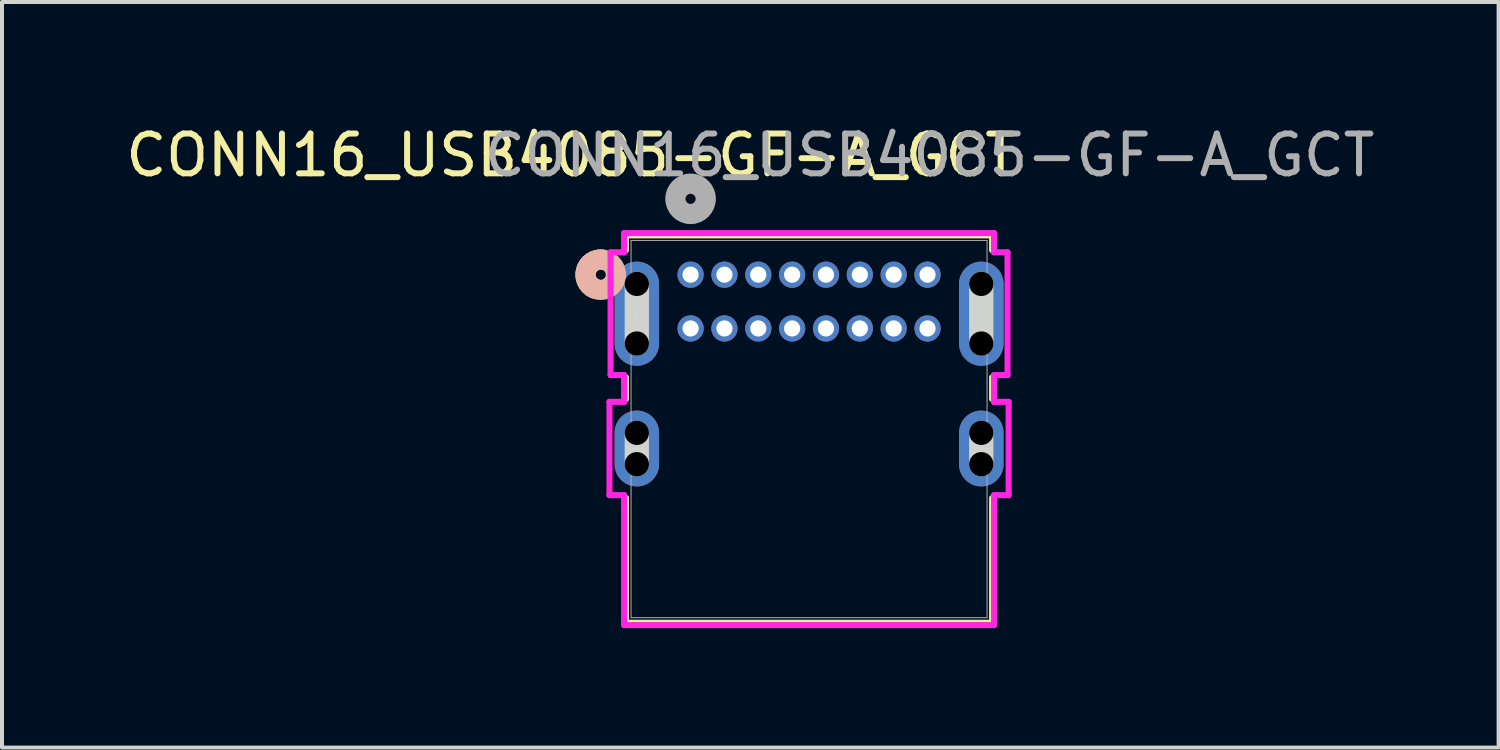
<source format=kicad_pcb>
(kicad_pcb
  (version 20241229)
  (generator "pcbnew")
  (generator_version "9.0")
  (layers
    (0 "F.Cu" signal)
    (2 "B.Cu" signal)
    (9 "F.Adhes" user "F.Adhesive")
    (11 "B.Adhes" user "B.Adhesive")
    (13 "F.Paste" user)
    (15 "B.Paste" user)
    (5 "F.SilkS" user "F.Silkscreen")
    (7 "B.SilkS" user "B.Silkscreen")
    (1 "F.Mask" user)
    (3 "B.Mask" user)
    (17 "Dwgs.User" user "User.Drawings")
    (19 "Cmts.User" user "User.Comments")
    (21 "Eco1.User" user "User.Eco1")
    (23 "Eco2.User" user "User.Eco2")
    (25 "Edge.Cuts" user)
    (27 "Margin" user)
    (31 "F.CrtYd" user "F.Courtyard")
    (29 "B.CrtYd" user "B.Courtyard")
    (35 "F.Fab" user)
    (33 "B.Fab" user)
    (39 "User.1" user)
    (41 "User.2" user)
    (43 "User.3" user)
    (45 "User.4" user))
  (footprint "CONN16_USB4085-GF-A_GCT"
    (layer "F.Cu")
    (at 14.292 3.848)
    (property "Reference" "CONN16_USB4085-GF-A_GCT" (at -3 -3 0) (unlocked yes) (layer "F.SilkS") (effects (font (size 1 1) (thickness 0.15))))
    (attr through_hole)
    (fp_line (start -1.622 -0.987) (end -1.622 -0.618) (stroke (width 0.152) (type solid)) (layer "F.SilkS"))
    (fp_line (start -1.622 2.578) (end -1.622 3.122) (stroke (width 0.152) (type solid)) (layer "F.SilkS"))
    (fp_line (start -1.622 5.608) (end -1.622 8.741) (stroke (width 0.152) (type solid)) (layer "F.SilkS"))
    (fp_line (start -1.622 8.741) (end 7.572 8.741) (stroke (width 0.152) (type solid)) (layer "F.SilkS"))
    (fp_line (start 7.572 -0.987) (end -1.622 -0.987) (stroke (width 0.152) (type solid)) (layer "F.SilkS"))
    (fp_line (start 7.572 -0.618) (end 7.572 -0.987) (stroke (width 0.152) (type solid)) (layer "F.SilkS"))
    (fp_line (start 7.572 3.122) (end 7.572 2.578) (stroke (width 0.152) (type solid)) (layer "F.SilkS"))
    (fp_line (start 7.572 8.741) (end 7.572 5.608) (stroke (width 0.152) (type solid)) (layer "F.SilkS"))
    (fp_arc (start -2.41934 0.344872) (mid -2.625765 -0.097305) (end -2.2279 -0.379856) (stroke (width 0.508) (type solid)) (layer "F.SilkS"))
    (fp_circle (center -2.257 0) (end -1.876 0) (stroke (width 0.508) (type solid)) (fill no) (layer "B.SilkS"))
    (fp_line (start -1.35 1.729) (end -1.35 0.231) (stroke (width 0.61) (type solid)) (layer "Edge.Cuts"))
    (fp_line (start -1.35 4.759) (end -1.35 3.971) (stroke (width 0.61) (type solid)) (layer "Edge.Cuts"))
    (fp_line (start 7.3 1.729) (end 7.3 0.231) (stroke (width 0.61) (type solid)) (layer "Edge.Cuts"))
    (fp_line (start 7.3 4.759) (end 7.3 3.971) (stroke (width 0.61) (type solid)) (layer "Edge.Cuts"))
    (fp_line (start -2.037 3.193) (end -2.037 5.537) (stroke (width 0.152) (type solid)) (layer "F.CrtYd"))
    (fp_line (start -2.037 5.537) (end -1.67 5.537) (stroke (width 0.152) (type solid)) (layer "F.CrtYd"))
    (fp_line (start -2.009 -0.562) (end -2.009 2.522) (stroke (width 0.152) (type solid)) (layer "F.CrtYd"))
    (fp_line (start -2.009 2.522) (end -1.67 2.522) (stroke (width 0.152) (type solid)) (layer "F.CrtYd"))
    (fp_line (start -1.67 2.522) (end -1.67 3.193) (stroke (width 0.152) (type solid)) (layer "F.CrtYd"))
    (fp_line (start -1.67 3.193) (end -2.037 3.193) (stroke (width 0.152) (type solid)) (layer "F.CrtYd"))
    (fp_line (start -1.67 5.537) (end -1.67 8.799) (stroke (width 0.152) (type solid)) (layer "F.CrtYd"))
    (fp_line (start -1.67 8.799) (end 7.62 8.799) (stroke (width 0.152) (type solid)) (layer "F.CrtYd"))
    (fp_line (start -1.67 -1.045) (end -1.67 -0.562) (stroke (width 0.152) (type solid)) (layer "F.CrtYd"))
    (fp_line (start -1.67 -0.562) (end -2.009 -0.562) (stroke (width 0.152) (type solid)) (layer "F.CrtYd"))
    (fp_line (start 7.62 5.537) (end 7.987 5.537) (stroke (width 0.152) (type solid)) (layer "F.CrtYd"))
    (fp_line (start 7.62 8.799) (end 7.62 5.537) (stroke (width 0.152) (type solid)) (layer "F.CrtYd"))
    (fp_line (start 7.62 -0.562) (end 7.62 -1.045) (stroke (width 0.152) (type solid)) (layer "F.CrtYd"))
    (fp_line (start 7.62 2.522) (end 7.959 2.522) (stroke (width 0.152) (type solid)) (layer "F.CrtYd"))
    (fp_line (start 7.62 3.193) (end 7.62 2.522) (stroke (width 0.152) (type solid)) (layer "F.CrtYd"))
    (fp_line (start 7.62 -1.045) (end -1.67 -1.045) (stroke (width 0.152) (type solid)) (layer "F.CrtYd"))
    (fp_line (start 7.959 -0.562) (end 7.62 -0.562) (stroke (width 0.152) (type solid)) (layer "F.CrtYd"))
    (fp_line (start 7.959 2.522) (end 7.959 -0.562) (stroke (width 0.152) (type solid)) (layer "F.CrtYd"))
    (fp_line (start 7.987 3.193) (end 7.62 3.193) (stroke (width 0.152) (type solid)) (layer "F.CrtYd"))
    (fp_line (start 7.987 5.537) (end 7.987 3.193) (stroke (width 0.152) (type solid)) (layer "F.CrtYd"))
    (fp_line (start -1.495 -0.86) (end -1.495 8.614) (stroke (width 0.025) (type solid)) (layer "F.Fab"))
    (fp_line (start -1.495 8.614) (end 7.445 8.614) (stroke (width 0.025) (type solid)) (layer "F.Fab"))
    (fp_line (start 7.445 -0.86) (end -1.495 -0.86) (stroke (width 0.025) (type solid)) (layer "F.Fab"))
    (fp_line (start 7.445 8.614) (end 7.445 -0.86) (stroke (width 0.025) (type solid)) (layer "F.Fab"))
    (fp_circle (center 0 -1.905) (end 0.381 -1.905) (stroke (width 0.508) (type solid)) (fill no) (layer "F.Fab"))
    (fp_text user "${REFERENCE}" (at 6 -3 0) (unlocked yes) (layer "F.Fab") (effects (font (size 1 1) (thickness 0.15))))
    (pad "" np_thru_hole circle (at -1.35 0.231) (size 0.61 0.61) (drill 0.61) (layers))
    (pad "" np_thru_hole circle (at -1.35 1.729) (size 0.61 0.61) (drill 0.61) (layers))
    (pad "" np_thru_hole circle (at -1.35 3.971) (size 0.61 0.61) (drill 0.61) (layers))
    (pad "" np_thru_hole circle (at -1.35 4.759) (size 0.61 0.61) (drill 0.61) (layers))
    (pad "" np_thru_hole circle (at 7.3 0.231) (size 0.61 0.61) (drill 0.61) (layers))
    (pad "" np_thru_hole circle (at 7.3 1.729) (size 0.61 0.61) (drill 0.61) (layers))
    (pad "" np_thru_hole circle (at 7.3 3.971) (size 0.61 0.61) (drill 0.61) (layers))
    (pad "" np_thru_hole circle (at 7.3 4.759) (size 0.61 0.61) (drill 0.61) (layers))
    (pad "1" thru_hole circle (at 0 0) (size 0.66 0.66) (drill 0.406) (layers "*.Cu" "*.Mask"))
    (pad "2" thru_hole circle (at 0.85 0) (size 0.66 0.66) (drill 0.406) (layers "*.Cu" "*.Mask"))
    (pad "3" thru_hole circle (at 1.7 0) (size 0.66 0.66) (drill 0.406) (layers "*.Cu" "*.Mask"))
    (pad "4" thru_hole circle (at 2.55 0) (size 0.66 0.66) (drill 0.406) (layers "*.Cu" "*.Mask"))
    (pad "5" thru_hole circle (at 3.4 0) (size 0.66 0.66) (drill 0.406) (layers "*.Cu" "*.Mask"))
    (pad "6" thru_hole circle (at 4.25 0) (size 0.66 0.66) (drill 0.406) (layers "*.Cu" "*.Mask"))
    (pad "7" thru_hole circle (at 5.1 0) (size 0.66 0.66) (drill 0.406) (layers "*.Cu" "*.Mask"))
    (pad "8" thru_hole circle (at 5.95 0) (size 0.66 0.66) (drill 0.406) (layers "*.Cu" "*.Mask"))
    (pad "9" thru_hole circle (at 0 1.35) (size 0.66 0.66) (drill 0.406) (layers "*.Cu" "*.Mask"))
    (pad "10" thru_hole circle (at 0.85 1.35) (size 0.66 0.66) (drill 0.406) (layers "*.Cu" "*.Mask"))
    (pad "11" thru_hole circle (at 1.7 1.35) (size 0.66 0.66) (drill 0.406) (layers "*.Cu" "*.Mask"))
    (pad "12" thru_hole circle (at 2.55 1.35) (size 0.66 0.66) (drill 0.406) (layers "*.Cu" "*.Mask"))
    (pad "13" thru_hole circle (at 3.4 1.35) (size 0.66 0.66) (drill 0.406) (layers "*.Cu" "*.Mask"))
    (pad "14" thru_hole circle (at 4.25 1.35) (size 0.66 0.66) (drill 0.406) (layers "*.Cu" "*.Mask"))
    (pad "15" thru_hole circle (at 5.1 1.35) (size 0.66 0.66) (drill 0.406) (layers "*.Cu" "*.Mask"))
    (pad "16" thru_hole circle (at 5.95 1.35) (size 0.66 0.66) (drill 0.406) (layers "*.Cu" "*.Mask"))
    (pad "17" thru_hole oval (at -1.35 0.98 90) (size 2.616 1.118) (drill 0.025) (layers "*.Cu" "*.Mask"))
    (pad "18" thru_hole oval (at 7.3 0.98 90) (size 2.616 1.118) (drill 0.025) (layers "*.Cu" "*.Mask"))
    (pad "19" thru_hole oval (at -1.35 4.365 90) (size 1.905 1.118) (drill 0.025) (layers "*.Cu" "*.Mask"))
    (pad "20" thru_hole oval (at 7.3 4.365 90) (size 1.905 1.118) (drill 0.025) (layers "*.Cu" "*.Mask")))
  (gr_rect
    (start -3 -3)
    (end 34.583 15.723)
    (stroke (width 0.1) (type default))
    (fill no)
    (layer "Edge.Cuts")))
</source>
